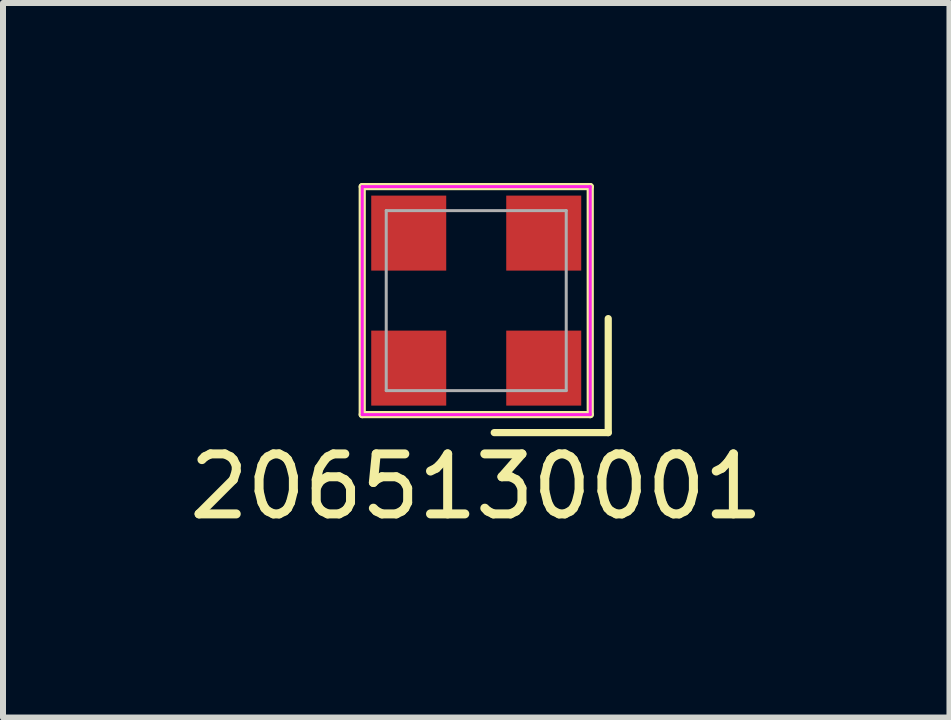
<source format=kicad_pcb>
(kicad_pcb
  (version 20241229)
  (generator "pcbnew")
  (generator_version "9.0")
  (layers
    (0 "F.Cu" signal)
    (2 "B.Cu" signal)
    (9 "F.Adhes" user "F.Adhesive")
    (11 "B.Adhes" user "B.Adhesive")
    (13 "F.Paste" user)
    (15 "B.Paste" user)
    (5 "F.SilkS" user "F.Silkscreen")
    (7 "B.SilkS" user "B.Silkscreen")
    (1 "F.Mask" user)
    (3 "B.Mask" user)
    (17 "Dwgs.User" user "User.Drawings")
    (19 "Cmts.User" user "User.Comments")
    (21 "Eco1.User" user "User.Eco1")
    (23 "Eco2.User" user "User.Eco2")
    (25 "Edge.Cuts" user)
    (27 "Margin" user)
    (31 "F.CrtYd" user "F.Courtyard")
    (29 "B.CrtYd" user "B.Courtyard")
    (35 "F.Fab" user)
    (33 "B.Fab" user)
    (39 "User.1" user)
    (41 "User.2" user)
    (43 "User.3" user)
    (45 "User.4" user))
  (footprint "2065130001"
    (layer "F.Cu")
    (at 4.887 1.96)
    (property "Reference" "2065130001" (at 0 3.1 0) (layer "F.SilkS") (effects (font (size 1 1) (thickness 0.15))))
    (attr through_hole)
    (fp_line (start -1.9 -1.9) (end -1.9 1.9) (stroke (width 0.12) (type solid)) (layer "F.SilkS"))
    (fp_line (start -1.9 1.9) (end 1.9 1.9) (stroke (width 0.12) (type solid)) (layer "F.SilkS"))
    (fp_line (start 0.3 2.2) (end 2.2 2.2) (stroke (width 0.12) (type solid)) (layer "F.SilkS"))
    (fp_line (start 1.9 -1.9) (end -1.9 -1.9) (stroke (width 0.12) (type solid)) (layer "F.SilkS"))
    (fp_line (start 1.9 1.9) (end 1.9 -1.9) (stroke (width 0.12) (type solid)) (layer "F.SilkS"))
    (fp_line (start 2.2 2.2) (end 2.2 0.3) (stroke (width 0.12) (type solid)) (layer "F.SilkS"))
    (fp_line (start -1.9 -1.9) (end -1.9 1.9) (stroke (width 0.05) (type solid)) (layer "F.CrtYd"))
    (fp_line (start -1.9 1.9) (end 1.9 1.9) (stroke (width 0.05) (type solid)) (layer "F.CrtYd"))
    (fp_line (start 1.9 -1.9) (end -1.9 -1.9) (stroke (width 0.05) (type solid)) (layer "F.CrtYd"))
    (fp_line (start 1.9 1.9) (end 1.9 -1.9) (stroke (width 0.05) (type solid)) (layer "F.CrtYd"))
    (fp_line (start -1.5 -1.5) (end 1.5 -1.5) (stroke (width 0.05) (type solid)) (layer "F.Fab"))
    (fp_line (start -1.5 1.5) (end -1.5 -1.5) (stroke (width 0.05) (type solid)) (layer "F.Fab"))
    (fp_line (start 1.5 -1.5) (end 1.5 1.5) (stroke (width 0.05) (type solid)) (layer "F.Fab"))
    (fp_line (start 1.5 1.5) (end -1.5 1.5) (stroke (width 0.05) (type solid)) (layer "F.Fab"))
    (pad "" smd rect (at -1.125 -1.125 180) (size 1.25 1.25) (layers "F.Cu" "F.Mask" "F.Paste"))
    (pad "" smd rect (at -1.125 1.125 270) (size 1.25 1.25) (layers "F.Cu" "F.Mask" "F.Paste"))
    (pad "" smd rect (at 1.125 -1.125 90) (size 1.25 1.25) (layers "F.Cu" "F.Mask" "F.Paste"))
    (pad "1" smd rect (at 1.125 1.125) (size 1.25 1.25) (layers "F.Cu" "F.Mask" "F.Paste")))
  (gr_rect
    (start -3 -3)
    (end 12.774 8.908)
    (stroke (width 0.1) (type default))
    (fill no)
    (layer "Edge.Cuts")))
</source>
